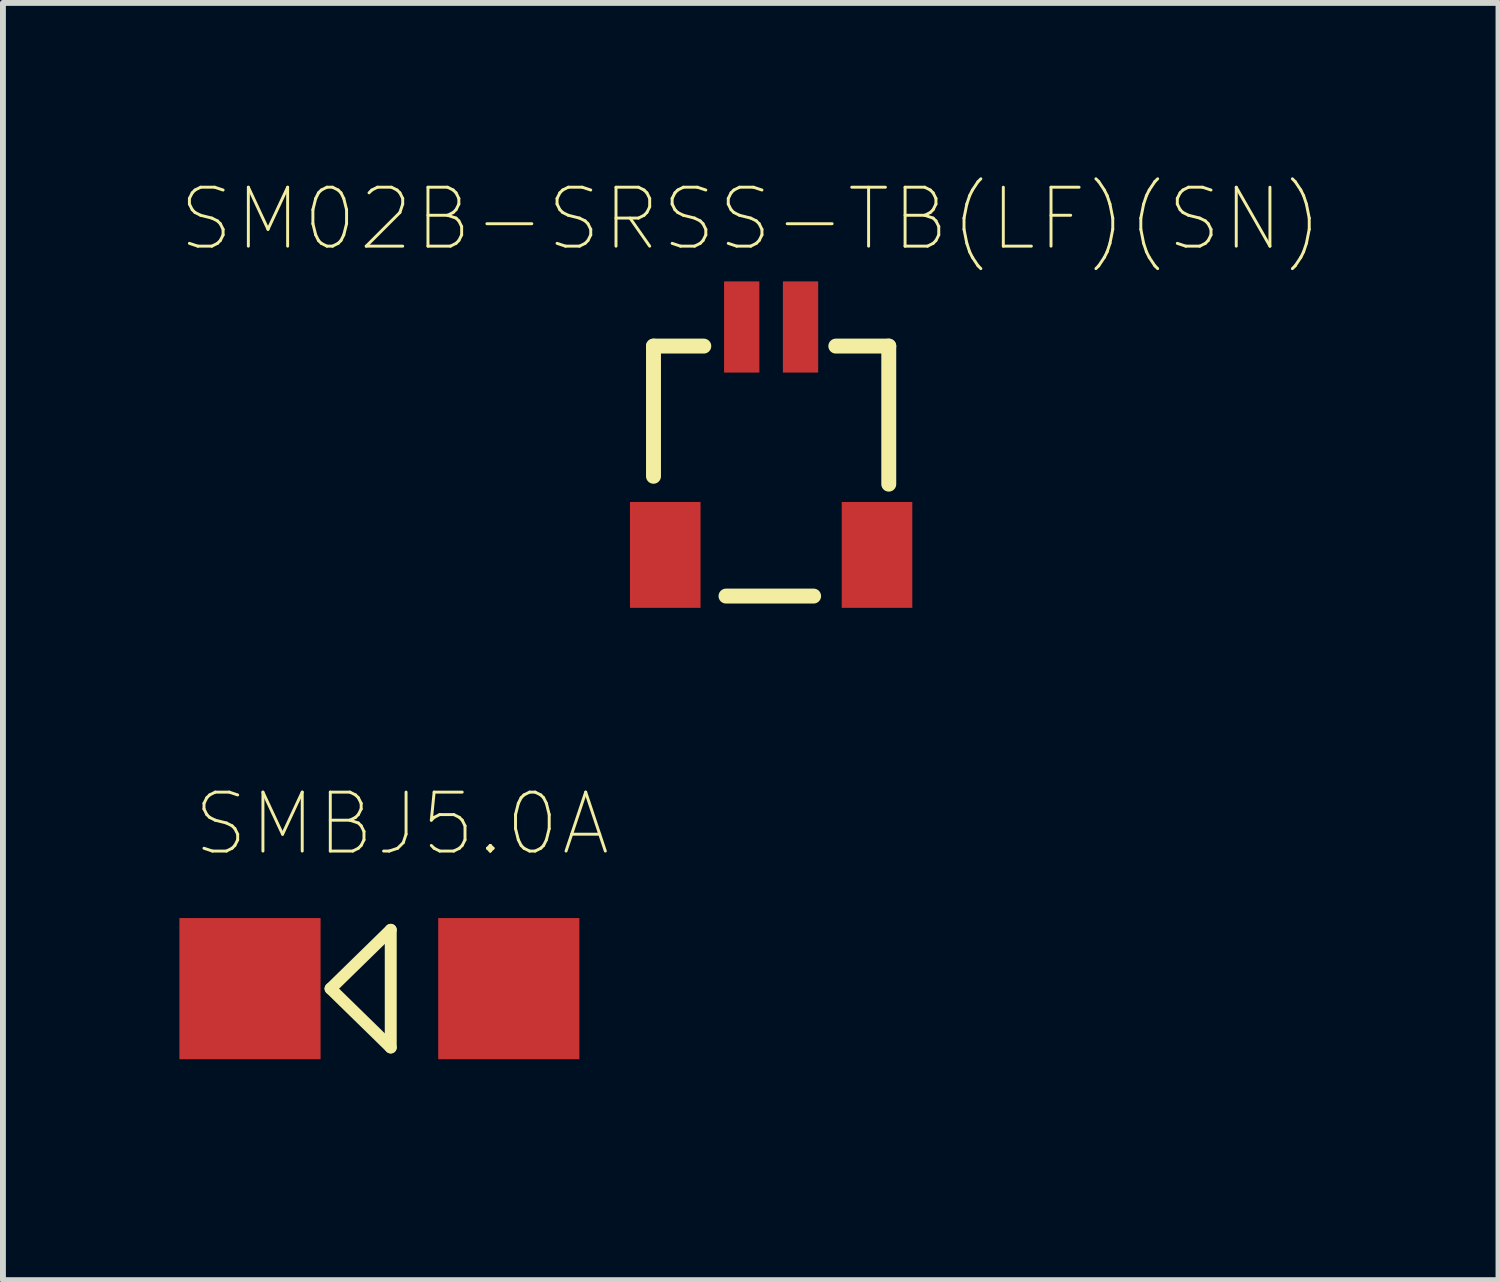
<source format=kicad_pcb>
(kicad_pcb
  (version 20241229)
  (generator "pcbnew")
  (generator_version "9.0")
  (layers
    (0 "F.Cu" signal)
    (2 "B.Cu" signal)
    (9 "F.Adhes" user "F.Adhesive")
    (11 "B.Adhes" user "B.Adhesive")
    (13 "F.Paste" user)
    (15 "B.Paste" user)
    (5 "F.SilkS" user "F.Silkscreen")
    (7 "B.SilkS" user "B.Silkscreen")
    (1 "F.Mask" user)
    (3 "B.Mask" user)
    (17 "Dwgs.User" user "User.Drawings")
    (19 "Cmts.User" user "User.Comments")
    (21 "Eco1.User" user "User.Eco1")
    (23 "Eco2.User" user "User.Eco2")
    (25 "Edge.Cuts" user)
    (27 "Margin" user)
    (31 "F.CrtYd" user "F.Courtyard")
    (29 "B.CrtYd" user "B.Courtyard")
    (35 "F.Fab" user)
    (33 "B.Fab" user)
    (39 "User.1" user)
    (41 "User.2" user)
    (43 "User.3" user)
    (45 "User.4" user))
  (footprint "SMBJ5.0A"
    (layer "F.Cu")
    (at 3.4 13.758)
    (property "Reference" "SMBJ5.0A" (at 0.382 -2.8 0) (layer "F.SilkS") (effects (font (size 1.002 1.002) (thickness 0.05))))
    (attr smd)
    (fp_line (start -0.83 0) (end 0.193 1) (stroke (width 0.203) (type solid)) (layer "F.SilkS"))
    (fp_line (start 0.193 -1) (end -0.83 0) (stroke (width 0.203) (type solid)) (layer "F.SilkS"))
    (fp_line (start 0.193 1) (end 0.193 -1) (stroke (width 0.203) (type solid)) (layer "F.SilkS"))
    (fp_line (start -2.261 1.905) (end -2.261 -1.905) (stroke (width 0.102) (type solid)) (layer "Eco2.User"))
    (fp_line (start 2.261 1.905) (end 2.261 -1.905) (stroke (width 0.102) (type solid)) (layer "Eco2.User"))
    (fp_poly (pts (xy -2.8 -1.092) (xy -2.261 -1.092) (xy -2.261 1.094) (xy -2.8 1.094)) (stroke (width 0.1) (type solid)) (fill no) (layer "Eco2.User"))
    (fp_poly (pts (xy -1.352 -1.9) (xy -0.8 -1.9) (xy -0.8 1.903) (xy -1.352 1.903)) (stroke (width 0.1) (type solid)) (fill no) (layer "Eco2.User"))
    (fp_poly (pts (xy 2.261 -1.092) (xy 2.794 -1.092) (xy 2.794 1.092) (xy 2.261 1.092)) (stroke (width 0.1) (type solid)) (fill no) (layer "Eco2.User"))
    (pad "1" smd rect (at -2.2 0) (size 2.4 2.4) (layers "F.Cu" "F.Mask" "F.Paste"))
    (pad "2" smd rect (at 2.2 0) (size 2.4 2.4) (layers "F.Cu" "F.Mask" "F.Paste")))
  (footprint "SM02B-SRSS-TB(LF)(SN)"
    (layer "F.Cu")
    (at 10.06 4.484)
    (property "Reference" "SM02B-SRSS-TB(LF)(SN)" (at -0.347 -3.81 0) (layer "F.SilkS") (effects (font (size 1.002 1.002) (thickness 0.05))))
    (attr smd)
    (fp_line (start -2 -1.65) (end -2 0.563) (stroke (width 0.254) (type solid)) (layer "F.SilkS"))
    (fp_line (start -2 -1.65) (end -1.145 -1.65) (stroke (width 0.254) (type solid)) (layer "F.SilkS"))
    (fp_line (start -0.767 2.6) (end 0.722 2.6) (stroke (width 0.254) (type solid)) (layer "F.SilkS"))
    (fp_line (start 2 -1.65) (end 1.1 -1.65) (stroke (width 0.254) (type solid)) (layer "F.SilkS"))
    (fp_line (start 2 -1.65) (end 2 0.697) (stroke (width 0.254) (type solid)) (layer "F.SilkS"))
    (fp_line (start -2 -1.65) (end 2 -1.65) (stroke (width 0.254) (type solid)) (layer "Eco2.User"))
    (fp_line (start -2 2.6) (end -2 -1.65) (stroke (width 0.254) (type solid)) (layer "Eco2.User"))
    (fp_line (start 2 -1.65) (end 2 2.6) (stroke (width 0.254) (type solid)) (layer "Eco2.User"))
    (fp_line (start 2 2.6) (end -2 2.6) (stroke (width 0.254) (type solid)) (layer "Eco2.User"))
    (pad "1" smd rect (at -0.5 -1.975 90) (size 1.55 0.6) (layers "F.Cu" "F.Mask" "F.Paste"))
    (pad "2" smd rect (at 0.5 -1.975 90) (size 1.55 0.6) (layers "F.Cu" "F.Mask" "F.Paste"))
    (pad "3" smd rect (at -1.8 1.9 90) (size 1.8 1.2) (layers "F.Cu" "F.Mask" "F.Paste"))
    (pad "4" smd rect (at 1.8 1.9 90) (size 1.8 1.2) (layers "F.Cu" "F.Mask" "F.Paste")))
  (gr_rect
    (start -3 -3)
    (end 22.426 18.714)
    (stroke (width 0.1) (type default))
    (fill no)
    (layer "Edge.Cuts")))
</source>
